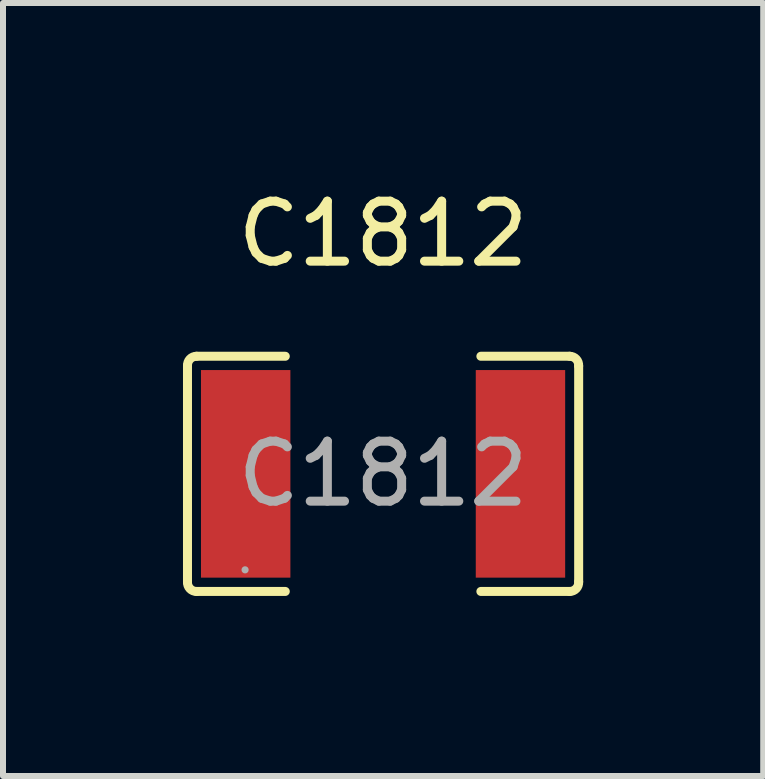
<source format=kicad_pcb>
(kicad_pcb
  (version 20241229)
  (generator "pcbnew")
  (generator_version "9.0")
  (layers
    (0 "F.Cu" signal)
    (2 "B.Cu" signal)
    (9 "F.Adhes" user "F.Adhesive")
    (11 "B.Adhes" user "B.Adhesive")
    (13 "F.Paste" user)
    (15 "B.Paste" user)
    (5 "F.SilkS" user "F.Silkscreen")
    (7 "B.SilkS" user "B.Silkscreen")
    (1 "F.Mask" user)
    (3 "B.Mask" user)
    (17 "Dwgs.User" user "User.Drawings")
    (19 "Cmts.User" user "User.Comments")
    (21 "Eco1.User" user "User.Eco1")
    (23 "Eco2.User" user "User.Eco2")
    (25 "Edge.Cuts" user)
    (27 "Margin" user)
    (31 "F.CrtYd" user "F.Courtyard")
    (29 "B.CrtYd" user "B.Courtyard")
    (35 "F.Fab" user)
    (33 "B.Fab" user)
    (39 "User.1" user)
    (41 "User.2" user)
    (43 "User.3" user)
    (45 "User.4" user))
  (footprint "C1812"
    (layer "F.Cu")
    (at 3.335 4.848)
    (property "Reference" "C1812" (at 0 -4 0) (layer "F.SilkS") (effects (font (size 1 1) (thickness 0.15))))
    (attr through_hole)
    (fp_line (start -3.26 1.8) (end -3.26 -1.8) (stroke (width 0.15) (type solid)) (layer "F.SilkS"))
    (fp_line (start -3.11 -1.96) (end -1.63 -1.96) (stroke (width 0.15) (type solid)) (layer "F.SilkS"))
    (fp_line (start -1.63 1.96) (end -3.11 1.96) (stroke (width 0.15) (type solid)) (layer "F.SilkS"))
    (fp_line (start 1.63 1.96) (end 3.11 1.96) (stroke (width 0.15) (type solid)) (layer "F.SilkS"))
    (fp_line (start 3.11 -1.96) (end 1.63 -1.96) (stroke (width 0.15) (type solid)) (layer "F.SilkS"))
    (fp_line (start 3.26 1.8) (end 3.26 -1.8) (stroke (width 0.15) (type solid)) (layer "F.SilkS"))
    (fp_arc (start -3.259644 -1.799667) (mid -3.219659 -1.912348) (end -3.11 -1.96) (stroke (width 0.15) (type solid)) (layer "F.SilkS"))
    (fp_arc (start -3.109643 1.960333) (mid -3.219658 1.912836) (end -3.26 1.8) (stroke (width 0.15) (type solid)) (layer "F.SilkS"))
    (fp_arc (start 3.11 -1.96) (mid 3.219658 -1.912348) (end 3.259644 -1.799667) (stroke (width 0.15) (type solid)) (layer "F.SilkS"))
    (fp_arc (start 3.26 1.8) (mid 3.219658 1.912835) (end 3.109643 1.960333) (stroke (width 0.15) (type solid)) (layer "F.SilkS"))
    (fp_circle (center -2.3 1.6) (end -2.27 1.6) (stroke (width 0.06) (type solid)) (fill no) (layer "F.Fab"))
    (fp_text user "${REFERENCE}" (at 0 0 0) (layer "F.Fab") (effects (font (size 1 1) (thickness 0.15))))
    (pad "1" smd rect (at -2.29 0) (size 1.49 3.46) (layers "F.Cu" "F.Mask" "F.Paste"))
    (pad "2" smd rect (at 2.29 0) (size 1.49 3.46) (layers "F.Cu" "F.Mask" "F.Paste")))
  (gr_rect
    (start -3 -3)
    (end 9.671 9.884)
    (stroke (width 0.1) (type default))
    (fill no)
    (layer "Edge.Cuts")))
</source>
